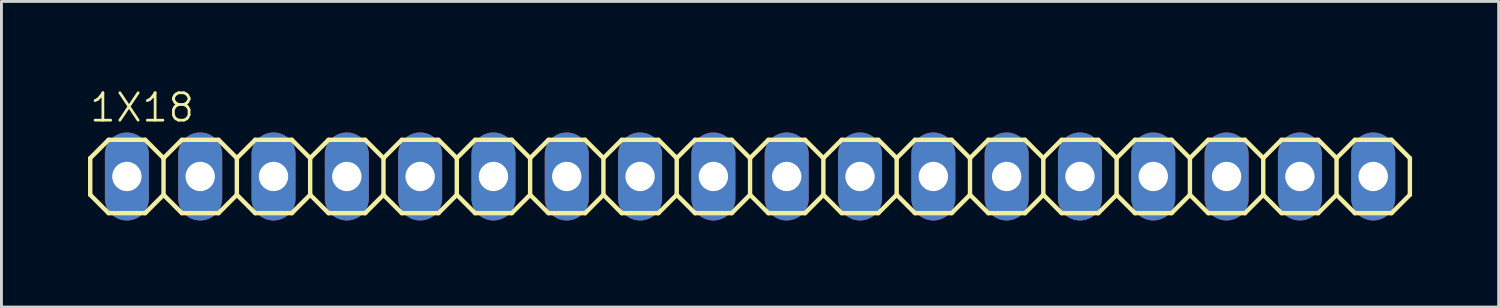
<source format=kicad_pcb>
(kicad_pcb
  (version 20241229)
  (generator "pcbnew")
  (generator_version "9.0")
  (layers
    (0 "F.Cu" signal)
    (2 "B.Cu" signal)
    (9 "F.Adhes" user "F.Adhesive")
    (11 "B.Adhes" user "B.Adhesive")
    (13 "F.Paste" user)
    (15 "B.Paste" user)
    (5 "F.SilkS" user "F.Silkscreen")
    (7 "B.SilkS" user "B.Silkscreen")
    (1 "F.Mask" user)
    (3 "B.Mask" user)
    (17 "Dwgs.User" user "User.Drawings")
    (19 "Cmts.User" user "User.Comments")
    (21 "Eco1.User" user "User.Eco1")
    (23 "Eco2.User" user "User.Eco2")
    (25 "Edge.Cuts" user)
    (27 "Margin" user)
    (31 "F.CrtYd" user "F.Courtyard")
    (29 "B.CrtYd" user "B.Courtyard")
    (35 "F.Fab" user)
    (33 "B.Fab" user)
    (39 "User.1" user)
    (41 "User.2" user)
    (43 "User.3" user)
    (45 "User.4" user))
  (footprint "1X18"
    (layer "F.Cu")
    (at 22.936 3.064)
    (property "Reference" "1X18" (at -22.936 -1.829 0) (layer "F.SilkS") (effects (font (size 0.95 0.95) (thickness 0.095)) (justify left bottom)))
    (attr through_hole)
    (fp_line (start -22.86 -0.635) (end -22.86 0.635) (stroke (width 0.152) (type solid)) (layer "F.SilkS"))
    (fp_line (start -22.86 0.635) (end -22.225 1.27) (stroke (width 0.152) (type solid)) (layer "F.SilkS"))
    (fp_line (start -22.225 -1.27) (end -22.86 -0.635) (stroke (width 0.152) (type solid)) (layer "F.SilkS"))
    (fp_line (start -22.225 -1.27) (end -20.955 -1.27) (stroke (width 0.152) (type solid)) (layer "F.SilkS"))
    (fp_line (start -20.955 -1.27) (end -20.32 -0.635) (stroke (width 0.152) (type solid)) (layer "F.SilkS"))
    (fp_line (start -20.955 1.27) (end -22.225 1.27) (stroke (width 0.152) (type solid)) (layer "F.SilkS"))
    (fp_line (start -20.32 -0.635) (end -20.32 0.635) (stroke (width 0.152) (type solid)) (layer "F.SilkS"))
    (fp_line (start -20.32 -0.635) (end -19.685 -1.27) (stroke (width 0.152) (type solid)) (layer "F.SilkS"))
    (fp_line (start -20.32 0.635) (end -20.955 1.27) (stroke (width 0.152) (type solid)) (layer "F.SilkS"))
    (fp_line (start -19.685 -1.27) (end -18.415 -1.27) (stroke (width 0.152) (type solid)) (layer "F.SilkS"))
    (fp_line (start -19.685 1.27) (end -20.32 0.635) (stroke (width 0.152) (type solid)) (layer "F.SilkS"))
    (fp_line (start -18.415 -1.27) (end -17.78 -0.635) (stroke (width 0.152) (type solid)) (layer "F.SilkS"))
    (fp_line (start -18.415 1.27) (end -19.685 1.27) (stroke (width 0.152) (type solid)) (layer "F.SilkS"))
    (fp_line (start -17.78 -0.635) (end -17.78 0.635) (stroke (width 0.152) (type solid)) (layer "F.SilkS"))
    (fp_line (start -17.78 -0.635) (end -17.145 -1.27) (stroke (width 0.152) (type solid)) (layer "F.SilkS"))
    (fp_line (start -17.78 0.635) (end -18.415 1.27) (stroke (width 0.152) (type solid)) (layer "F.SilkS"))
    (fp_line (start -17.145 -1.27) (end -15.875 -1.27) (stroke (width 0.152) (type solid)) (layer "F.SilkS"))
    (fp_line (start -17.145 1.27) (end -17.78 0.635) (stroke (width 0.152) (type solid)) (layer "F.SilkS"))
    (fp_line (start -15.875 -1.27) (end -15.24 -0.635) (stroke (width 0.152) (type solid)) (layer "F.SilkS"))
    (fp_line (start -15.875 1.27) (end -17.145 1.27) (stroke (width 0.152) (type solid)) (layer "F.SilkS"))
    (fp_line (start -15.24 -0.635) (end -15.24 0.635) (stroke (width 0.152) (type solid)) (layer "F.SilkS"))
    (fp_line (start -15.24 0.635) (end -15.875 1.27) (stroke (width 0.152) (type solid)) (layer "F.SilkS"))
    (fp_line (start -15.24 0.635) (end -14.605 1.27) (stroke (width 0.152) (type solid)) (layer "F.SilkS"))
    (fp_line (start -14.605 -1.27) (end -15.24 -0.635) (stroke (width 0.152) (type solid)) (layer "F.SilkS"))
    (fp_line (start -14.605 -1.27) (end -13.335 -1.27) (stroke (width 0.152) (type solid)) (layer "F.SilkS"))
    (fp_line (start -13.335 -1.27) (end -12.7 -0.635) (stroke (width 0.152) (type solid)) (layer "F.SilkS"))
    (fp_line (start -13.335 1.27) (end -14.605 1.27) (stroke (width 0.152) (type solid)) (layer "F.SilkS"))
    (fp_line (start -12.7 -0.635) (end -12.7 0.635) (stroke (width 0.152) (type solid)) (layer "F.SilkS"))
    (fp_line (start -12.7 -0.635) (end -12.065 -1.27) (stroke (width 0.152) (type solid)) (layer "F.SilkS"))
    (fp_line (start -12.7 0.635) (end -13.335 1.27) (stroke (width 0.152) (type solid)) (layer "F.SilkS"))
    (fp_line (start -12.065 -1.27) (end -10.795 -1.27) (stroke (width 0.152) (type solid)) (layer "F.SilkS"))
    (fp_line (start -12.065 1.27) (end -12.7 0.635) (stroke (width 0.152) (type solid)) (layer "F.SilkS"))
    (fp_line (start -10.795 -1.27) (end -10.16 -0.635) (stroke (width 0.152) (type solid)) (layer "F.SilkS"))
    (fp_line (start -10.795 1.27) (end -12.065 1.27) (stroke (width 0.152) (type solid)) (layer "F.SilkS"))
    (fp_line (start -10.16 -0.635) (end -10.16 0.635) (stroke (width 0.152) (type solid)) (layer "F.SilkS"))
    (fp_line (start -10.16 -0.635) (end -9.525 -1.27) (stroke (width 0.152) (type solid)) (layer "F.SilkS"))
    (fp_line (start -10.16 0.635) (end -10.795 1.27) (stroke (width 0.152) (type solid)) (layer "F.SilkS"))
    (fp_line (start -9.525 -1.27) (end -8.255 -1.27) (stroke (width 0.152) (type solid)) (layer "F.SilkS"))
    (fp_line (start -9.525 1.27) (end -10.16 0.635) (stroke (width 0.152) (type solid)) (layer "F.SilkS"))
    (fp_line (start -8.255 -1.27) (end -7.62 -0.635) (stroke (width 0.152) (type solid)) (layer "F.SilkS"))
    (fp_line (start -8.255 1.27) (end -9.525 1.27) (stroke (width 0.152) (type solid)) (layer "F.SilkS"))
    (fp_line (start -7.62 -0.635) (end -7.62 0.635) (stroke (width 0.152) (type solid)) (layer "F.SilkS"))
    (fp_line (start -7.62 0.635) (end -8.255 1.27) (stroke (width 0.152) (type solid)) (layer "F.SilkS"))
    (fp_line (start -7.62 0.635) (end -6.985 1.27) (stroke (width 0.152) (type solid)) (layer "F.SilkS"))
    (fp_line (start -6.985 -1.27) (end -7.62 -0.635) (stroke (width 0.152) (type solid)) (layer "F.SilkS"))
    (fp_line (start -6.985 -1.27) (end -5.715 -1.27) (stroke (width 0.152) (type solid)) (layer "F.SilkS"))
    (fp_line (start -5.715 -1.27) (end -5.08 -0.635) (stroke (width 0.152) (type solid)) (layer "F.SilkS"))
    (fp_line (start -5.715 1.27) (end -6.985 1.27) (stroke (width 0.152) (type solid)) (layer "F.SilkS"))
    (fp_line (start -5.08 -0.635) (end -5.08 0.635) (stroke (width 0.152) (type solid)) (layer "F.SilkS"))
    (fp_line (start -5.08 -0.635) (end -4.445 -1.27) (stroke (width 0.152) (type solid)) (layer "F.SilkS"))
    (fp_line (start -5.08 0.635) (end -5.715 1.27) (stroke (width 0.152) (type solid)) (layer "F.SilkS"))
    (fp_line (start -4.445 -1.27) (end -3.175 -1.27) (stroke (width 0.152) (type solid)) (layer "F.SilkS"))
    (fp_line (start -4.445 1.27) (end -5.08 0.635) (stroke (width 0.152) (type solid)) (layer "F.SilkS"))
    (fp_line (start -3.175 -1.27) (end -2.54 -0.635) (stroke (width 0.152) (type solid)) (layer "F.SilkS"))
    (fp_line (start -3.175 1.27) (end -4.445 1.27) (stroke (width 0.152) (type solid)) (layer "F.SilkS"))
    (fp_line (start -2.54 -0.635) (end -2.54 0.635) (stroke (width 0.152) (type solid)) (layer "F.SilkS"))
    (fp_line (start -2.54 -0.635) (end -1.905 -1.27) (stroke (width 0.152) (type solid)) (layer "F.SilkS"))
    (fp_line (start -2.54 0.635) (end -3.175 1.27) (stroke (width 0.152) (type solid)) (layer "F.SilkS"))
    (fp_line (start -1.905 -1.27) (end -0.635 -1.27) (stroke (width 0.152) (type solid)) (layer "F.SilkS"))
    (fp_line (start -1.905 1.27) (end -2.54 0.635) (stroke (width 0.152) (type solid)) (layer "F.SilkS"))
    (fp_line (start -0.635 -1.27) (end 0 -0.635) (stroke (width 0.152) (type solid)) (layer "F.SilkS"))
    (fp_line (start -0.635 1.27) (end -1.905 1.27) (stroke (width 0.152) (type solid)) (layer "F.SilkS"))
    (fp_line (start 0 -0.635) (end 0 0.635) (stroke (width 0.152) (type solid)) (layer "F.SilkS"))
    (fp_line (start 0 0.635) (end -0.635 1.27) (stroke (width 0.152) (type solid)) (layer "F.SilkS"))
    (fp_line (start 0 0.635) (end 0.635 1.27) (stroke (width 0.152) (type solid)) (layer "F.SilkS"))
    (fp_line (start 0.635 -1.27) (end 0 -0.635) (stroke (width 0.152) (type solid)) (layer "F.SilkS"))
    (fp_line (start 0.635 -1.27) (end 1.905 -1.27) (stroke (width 0.152) (type solid)) (layer "F.SilkS"))
    (fp_line (start 1.905 -1.27) (end 2.54 -0.635) (stroke (width 0.152) (type solid)) (layer "F.SilkS"))
    (fp_line (start 1.905 1.27) (end 0.635 1.27) (stroke (width 0.152) (type solid)) (layer "F.SilkS"))
    (fp_line (start 2.54 -0.635) (end 2.54 0.635) (stroke (width 0.152) (type solid)) (layer "F.SilkS"))
    (fp_line (start 2.54 -0.635) (end 3.175 -1.27) (stroke (width 0.152) (type solid)) (layer "F.SilkS"))
    (fp_line (start 2.54 0.635) (end 1.905 1.27) (stroke (width 0.152) (type solid)) (layer "F.SilkS"))
    (fp_line (start 3.175 -1.27) (end 4.445 -1.27) (stroke (width 0.152) (type solid)) (layer "F.SilkS"))
    (fp_line (start 3.175 1.27) (end 2.54 0.635) (stroke (width 0.152) (type solid)) (layer "F.SilkS"))
    (fp_line (start 4.445 -1.27) (end 5.08 -0.635) (stroke (width 0.152) (type solid)) (layer "F.SilkS"))
    (fp_line (start 4.445 1.27) (end 3.175 1.27) (stroke (width 0.152) (type solid)) (layer "F.SilkS"))
    (fp_line (start 5.08 -0.635) (end 5.08 0.635) (stroke (width 0.152) (type solid)) (layer "F.SilkS"))
    (fp_line (start 5.08 -0.635) (end 5.715 -1.27) (stroke (width 0.152) (type solid)) (layer "F.SilkS"))
    (fp_line (start 5.08 0.635) (end 4.445 1.27) (stroke (width 0.152) (type solid)) (layer "F.SilkS"))
    (fp_line (start 5.715 -1.27) (end 6.985 -1.27) (stroke (width 0.152) (type solid)) (layer "F.SilkS"))
    (fp_line (start 5.715 1.27) (end 5.08 0.635) (stroke (width 0.152) (type solid)) (layer "F.SilkS"))
    (fp_line (start 6.985 -1.27) (end 7.62 -0.635) (stroke (width 0.152) (type solid)) (layer "F.SilkS"))
    (fp_line (start 6.985 1.27) (end 5.715 1.27) (stroke (width 0.152) (type solid)) (layer "F.SilkS"))
    (fp_line (start 7.62 -0.635) (end 7.62 0.635) (stroke (width 0.152) (type solid)) (layer "F.SilkS"))
    (fp_line (start 7.62 0.635) (end 6.985 1.27) (stroke (width 0.152) (type solid)) (layer "F.SilkS"))
    (fp_line (start 7.62 0.635) (end 8.255 1.27) (stroke (width 0.152) (type solid)) (layer "F.SilkS"))
    (fp_line (start 8.255 -1.27) (end 7.62 -0.635) (stroke (width 0.152) (type solid)) (layer "F.SilkS"))
    (fp_line (start 8.255 -1.27) (end 9.525 -1.27) (stroke (width 0.152) (type solid)) (layer "F.SilkS"))
    (fp_line (start 9.525 -1.27) (end 10.16 -0.635) (stroke (width 0.152) (type solid)) (layer "F.SilkS"))
    (fp_line (start 9.525 1.27) (end 8.255 1.27) (stroke (width 0.152) (type solid)) (layer "F.SilkS"))
    (fp_line (start 10.16 -0.635) (end 10.16 0.635) (stroke (width 0.152) (type solid)) (layer "F.SilkS"))
    (fp_line (start 10.16 -0.635) (end 10.795 -1.27) (stroke (width 0.152) (type solid)) (layer "F.SilkS"))
    (fp_line (start 10.16 0.635) (end 9.525 1.27) (stroke (width 0.152) (type solid)) (layer "F.SilkS"))
    (fp_line (start 10.795 -1.27) (end 12.065 -1.27) (stroke (width 0.152) (type solid)) (layer "F.SilkS"))
    (fp_line (start 10.795 1.27) (end 10.16 0.635) (stroke (width 0.152) (type solid)) (layer "F.SilkS"))
    (fp_line (start 12.065 -1.27) (end 12.7 -0.635) (stroke (width 0.152) (type solid)) (layer "F.SilkS"))
    (fp_line (start 12.065 1.27) (end 10.795 1.27) (stroke (width 0.152) (type solid)) (layer "F.SilkS"))
    (fp_line (start 12.7 -0.635) (end 12.7 0.635) (stroke (width 0.152) (type solid)) (layer "F.SilkS"))
    (fp_line (start 12.7 -0.635) (end 13.335 -1.27) (stroke (width 0.152) (type solid)) (layer "F.SilkS"))
    (fp_line (start 12.7 0.635) (end 12.065 1.27) (stroke (width 0.152) (type solid)) (layer "F.SilkS"))
    (fp_line (start 13.335 -1.27) (end 14.605 -1.27) (stroke (width 0.152) (type solid)) (layer "F.SilkS"))
    (fp_line (start 13.335 1.27) (end 12.7 0.635) (stroke (width 0.152) (type solid)) (layer "F.SilkS"))
    (fp_line (start 14.605 -1.27) (end 15.24 -0.635) (stroke (width 0.152) (type solid)) (layer "F.SilkS"))
    (fp_line (start 14.605 1.27) (end 13.335 1.27) (stroke (width 0.152) (type solid)) (layer "F.SilkS"))
    (fp_line (start 15.24 -0.635) (end 15.24 0.635) (stroke (width 0.152) (type solid)) (layer "F.SilkS"))
    (fp_line (start 15.24 0.635) (end 14.605 1.27) (stroke (width 0.152) (type solid)) (layer "F.SilkS"))
    (fp_line (start 15.24 0.635) (end 15.875 1.27) (stroke (width 0.152) (type solid)) (layer "F.SilkS"))
    (fp_line (start 15.875 -1.27) (end 15.24 -0.635) (stroke (width 0.152) (type solid)) (layer "F.SilkS"))
    (fp_line (start 15.875 -1.27) (end 17.145 -1.27) (stroke (width 0.152) (type solid)) (layer "F.SilkS"))
    (fp_line (start 17.145 -1.27) (end 17.78 -0.635) (stroke (width 0.152) (type solid)) (layer "F.SilkS"))
    (fp_line (start 17.145 1.27) (end 15.875 1.27) (stroke (width 0.152) (type solid)) (layer "F.SilkS"))
    (fp_line (start 17.78 -0.635) (end 17.78 0.635) (stroke (width 0.152) (type solid)) (layer "F.SilkS"))
    (fp_line (start 17.78 -0.635) (end 18.415 -1.27) (stroke (width 0.152) (type solid)) (layer "F.SilkS"))
    (fp_line (start 17.78 0.635) (end 17.145 1.27) (stroke (width 0.152) (type solid)) (layer "F.SilkS"))
    (fp_line (start 18.415 -1.27) (end 19.685 -1.27) (stroke (width 0.152) (type solid)) (layer "F.SilkS"))
    (fp_line (start 18.415 1.27) (end 17.78 0.635) (stroke (width 0.152) (type solid)) (layer "F.SilkS"))
    (fp_line (start 19.685 -1.27) (end 20.32 -0.635) (stroke (width 0.152) (type solid)) (layer "F.SilkS"))
    (fp_line (start 19.685 1.27) (end 18.415 1.27) (stroke (width 0.152) (type solid)) (layer "F.SilkS"))
    (fp_line (start 20.32 -0.635) (end 20.32 0.635) (stroke (width 0.152) (type solid)) (layer "F.SilkS"))
    (fp_line (start 20.32 -0.635) (end 20.955 -1.27) (stroke (width 0.152) (type solid)) (layer "F.SilkS"))
    (fp_line (start 20.32 0.635) (end 19.685 1.27) (stroke (width 0.152) (type solid)) (layer "F.SilkS"))
    (fp_line (start 20.955 -1.27) (end 22.225 -1.27) (stroke (width 0.152) (type solid)) (layer "F.SilkS"))
    (fp_line (start 20.955 1.27) (end 20.32 0.635) (stroke (width 0.152) (type solid)) (layer "F.SilkS"))
    (fp_line (start 22.225 -1.27) (end 22.86 -0.635) (stroke (width 0.152) (type solid)) (layer "F.SilkS"))
    (fp_line (start 22.225 1.27) (end 20.955 1.27) (stroke (width 0.152) (type solid)) (layer "F.SilkS"))
    (fp_line (start 22.86 -0.635) (end 22.86 0.635) (stroke (width 0.152) (type solid)) (layer "F.SilkS"))
    (fp_line (start 22.86 0.635) (end 22.225 1.27) (stroke (width 0.152) (type solid)) (layer "F.SilkS"))
    (fp_poly (pts (xy -21.844 0.254) (xy -21.336 0.254) (xy -21.336 -0.254) (xy -21.844 -0.254)) (stroke (width 0.1) (type solid)) (fill no) (layer "F.Fab"))
    (fp_poly (pts (xy -19.304 0.254) (xy -18.796 0.254) (xy -18.796 -0.254) (xy -19.304 -0.254)) (stroke (width 0.1) (type solid)) (fill no) (layer "F.Fab"))
    (fp_poly (pts (xy -16.764 0.254) (xy -16.256 0.254) (xy -16.256 -0.254) (xy -16.764 -0.254)) (stroke (width 0.1) (type solid)) (fill no) (layer "F.Fab"))
    (fp_poly (pts (xy -14.224 0.254) (xy -13.716 0.254) (xy -13.716 -0.254) (xy -14.224 -0.254)) (stroke (width 0.1) (type solid)) (fill no) (layer "F.Fab"))
    (fp_poly (pts (xy -11.684 0.254) (xy -11.176 0.254) (xy -11.176 -0.254) (xy -11.684 -0.254)) (stroke (width 0.1) (type solid)) (fill no) (layer "F.Fab"))
    (fp_poly (pts (xy -9.144 0.254) (xy -8.636 0.254) (xy -8.636 -0.254) (xy -9.144 -0.254)) (stroke (width 0.1) (type solid)) (fill no) (layer "F.Fab"))
    (fp_poly (pts (xy -6.604 0.254) (xy -6.096 0.254) (xy -6.096 -0.254) (xy -6.604 -0.254)) (stroke (width 0.1) (type solid)) (fill no) (layer "F.Fab"))
    (fp_poly (pts (xy -4.064 0.254) (xy -3.556 0.254) (xy -3.556 -0.254) (xy -4.064 -0.254)) (stroke (width 0.1) (type solid)) (fill no) (layer "F.Fab"))
    (fp_poly (pts (xy -1.524 0.254) (xy -1.016 0.254) (xy -1.016 -0.254) (xy -1.524 -0.254)) (stroke (width 0.1) (type solid)) (fill no) (layer "F.Fab"))
    (fp_poly (pts (xy 1.016 0.254) (xy 1.524 0.254) (xy 1.524 -0.254) (xy 1.016 -0.254)) (stroke (width 0.1) (type solid)) (fill no) (layer "F.Fab"))
    (fp_poly (pts (xy 3.556 0.254) (xy 4.064 0.254) (xy 4.064 -0.254) (xy 3.556 -0.254)) (stroke (width 0.1) (type solid)) (fill no) (layer "F.Fab"))
    (fp_poly (pts (xy 6.096 0.254) (xy 6.604 0.254) (xy 6.604 -0.254) (xy 6.096 -0.254)) (stroke (width 0.1) (type solid)) (fill no) (layer "F.Fab"))
    (fp_poly (pts (xy 8.636 0.254) (xy 9.144 0.254) (xy 9.144 -0.254) (xy 8.636 -0.254)) (stroke (width 0.1) (type solid)) (fill no) (layer "F.Fab"))
    (fp_poly (pts (xy 11.176 0.254) (xy 11.684 0.254) (xy 11.684 -0.254) (xy 11.176 -0.254)) (stroke (width 0.1) (type solid)) (fill no) (layer "F.Fab"))
    (fp_poly (pts (xy 13.716 0.254) (xy 14.224 0.254) (xy 14.224 -0.254) (xy 13.716 -0.254)) (stroke (width 0.1) (type solid)) (fill no) (layer "F.Fab"))
    (fp_poly (pts (xy 16.256 0.254) (xy 16.764 0.254) (xy 16.764 -0.254) (xy 16.256 -0.254)) (stroke (width 0.1) (type solid)) (fill no) (layer "F.Fab"))
    (fp_poly (pts (xy 18.796 0.254) (xy 19.304 0.254) (xy 19.304 -0.254) (xy 18.796 -0.254)) (stroke (width 0.1) (type solid)) (fill no) (layer "F.Fab"))
    (fp_poly (pts (xy 21.336 0.254) (xy 21.844 0.254) (xy 21.844 -0.254) (xy 21.336 -0.254)) (stroke (width 0.1) (type solid)) (fill no) (layer "F.Fab"))
    (pad "1" thru_hole oval (at -21.59 0 90) (size 3.048 1.524) (drill 1.016) (layers "*.Cu" "*.Mask"))
    (pad "2" thru_hole oval (at -19.05 0 90) (size 3.048 1.524) (drill 1.016) (layers "*.Cu" "*.Mask"))
    (pad "3" thru_hole oval (at -16.51 0 90) (size 3.048 1.524) (drill 1.016) (layers "*.Cu" "*.Mask"))
    (pad "4" thru_hole oval (at -13.97 0 90) (size 3.048 1.524) (drill 1.016) (layers "*.Cu" "*.Mask"))
    (pad "5" thru_hole oval (at -11.43 0 90) (size 3.048 1.524) (drill 1.016) (layers "*.Cu" "*.Mask"))
    (pad "6" thru_hole oval (at -8.89 0 90) (size 3.048 1.524) (drill 1.016) (layers "*.Cu" "*.Mask"))
    (pad "7" thru_hole oval (at -6.35 0 90) (size 3.048 1.524) (drill 1.016) (layers "*.Cu" "*.Mask"))
    (pad "8" thru_hole oval (at -3.81 0 90) (size 3.048 1.524) (drill 1.016) (layers "*.Cu" "*.Mask"))
    (pad "9" thru_hole oval (at -1.27 0 90) (size 3.048 1.524) (drill 1.016) (layers "*.Cu" "*.Mask"))
    (pad "10" thru_hole oval (at 1.27 0 90) (size 3.048 1.524) (drill 1.016) (layers "*.Cu" "*.Mask"))
    (pad "11" thru_hole oval (at 3.81 0 90) (size 3.048 1.524) (drill 1.016) (layers "*.Cu" "*.Mask"))
    (pad "12" thru_hole oval (at 6.35 0 90) (size 3.048 1.524) (drill 1.016) (layers "*.Cu" "*.Mask"))
    (pad "13" thru_hole oval (at 8.89 0 90) (size 3.048 1.524) (drill 1.016) (layers "*.Cu" "*.Mask"))
    (pad "14" thru_hole oval (at 11.43 0 90) (size 3.048 1.524) (drill 1.016) (layers "*.Cu" "*.Mask"))
    (pad "15" thru_hole oval (at 13.97 0 90) (size 3.048 1.524) (drill 1.016) (layers "*.Cu" "*.Mask"))
    (pad "16" thru_hole oval (at 16.51 0 90) (size 3.048 1.524) (drill 1.016) (layers "*.Cu" "*.Mask"))
    (pad "17" thru_hole oval (at 19.05 0 90) (size 3.048 1.524) (drill 1.016) (layers "*.Cu" "*.Mask"))
    (pad "18" thru_hole oval (at 21.59 0 90) (size 3.048 1.524) (drill 1.016) (layers "*.Cu" "*.Mask")))
  (gr_rect
    (start -3 -3)
    (end 48.872 7.588)
    (stroke (width 0.1) (type default))
    (fill no)
    (layer "Edge.Cuts")))
</source>
